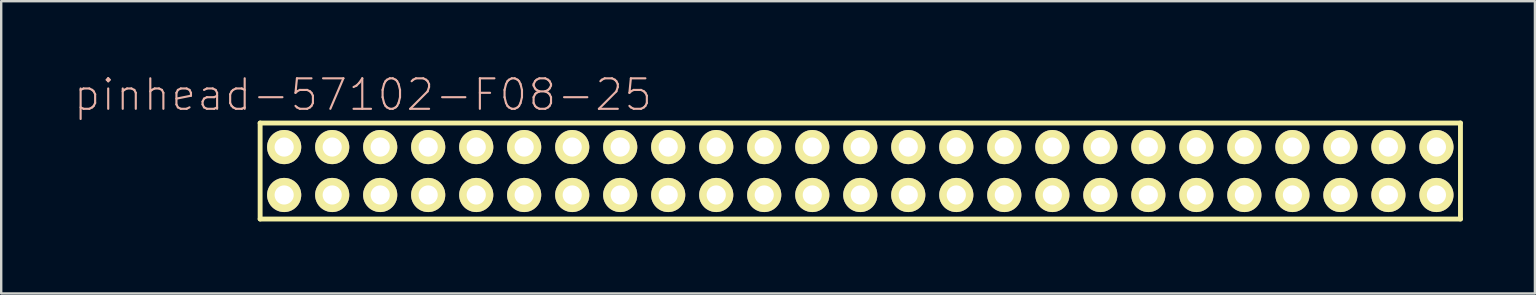
<source format=kicad_pcb>
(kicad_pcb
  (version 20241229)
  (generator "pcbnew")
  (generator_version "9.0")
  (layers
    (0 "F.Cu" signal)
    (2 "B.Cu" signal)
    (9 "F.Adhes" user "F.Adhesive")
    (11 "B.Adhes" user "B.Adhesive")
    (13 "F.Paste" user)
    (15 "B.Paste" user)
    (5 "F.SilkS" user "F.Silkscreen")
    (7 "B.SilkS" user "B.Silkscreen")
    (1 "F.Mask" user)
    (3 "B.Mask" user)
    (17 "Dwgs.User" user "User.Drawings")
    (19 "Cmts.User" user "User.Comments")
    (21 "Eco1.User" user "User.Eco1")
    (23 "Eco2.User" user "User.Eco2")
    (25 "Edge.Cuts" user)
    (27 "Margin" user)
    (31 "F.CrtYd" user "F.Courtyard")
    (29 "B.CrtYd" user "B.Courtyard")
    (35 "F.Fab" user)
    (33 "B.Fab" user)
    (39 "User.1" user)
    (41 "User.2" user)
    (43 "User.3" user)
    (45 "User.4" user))
  (footprint "pinhead-57102-F08-25"
    (layer "F.Cu")
    (at 17.786 4.074)
    (property "Reference" "pinhead-57102-F08-25" (at -5.715 -3.175 0) (layer "B.SilkS") (effects (font (size 1.27 1.27) (thickness 0.089))))
    (attr exclude_from_pos_files exclude_from_bom)
    (fp_line (start -10 -1.999) (end 40 -1.999) (stroke (width 0.203) (type solid)) (layer "F.SilkS"))
    (fp_line (start -10 1.999) (end -10 -1.999) (stroke (width 0.203) (type solid)) (layer "F.SilkS"))
    (fp_line (start 40 -1.999) (end 40 1.999) (stroke (width 0.203) (type solid)) (layer "F.SilkS"))
    (fp_line (start 40 1.999) (end -10 1.999) (stroke (width 0.203) (type solid)) (layer "F.SilkS"))
    (pad "1" thru_hole circle (at -8.999 0.998) (size 1.422 1.422) (drill 0.798) (layers "*.Cu" "F.Mask" "F.SilkS" "F.Paste"))
    (pad "2" thru_hole circle (at -8.999 -0.998) (size 1.422 1.422) (drill 0.798) (layers "*.Cu" "F.Mask" "F.SilkS" "F.Paste"))
    (pad "3" thru_hole circle (at -6.998 0.998) (size 1.422 1.422) (drill 0.798) (layers "*.Cu" "F.Mask" "F.SilkS" "F.Paste"))
    (pad "4" thru_hole circle (at -6.998 -0.998) (size 1.422 1.422) (drill 0.798) (layers "*.Cu" "F.Mask" "F.SilkS" "F.Paste"))
    (pad "5" thru_hole circle (at -4.999 0.998) (size 1.422 1.422) (drill 0.798) (layers "*.Cu" "F.Mask" "F.SilkS" "F.Paste"))
    (pad "6" thru_hole circle (at -4.999 -0.998) (size 1.422 1.422) (drill 0.798) (layers "*.Cu" "F.Mask" "F.SilkS" "F.Paste"))
    (pad "7" thru_hole circle (at -3 0.998) (size 1.422 1.422) (drill 0.798) (layers "*.Cu" "F.Mask" "F.SilkS" "F.Paste"))
    (pad "8" thru_hole circle (at -3 -0.998) (size 1.422 1.422) (drill 0.798) (layers "*.Cu" "F.Mask" "F.SilkS" "F.Paste"))
    (pad "9" thru_hole circle (at -0.998 0.998) (size 1.422 1.422) (drill 0.798) (layers "*.Cu" "F.Mask" "F.SilkS" "F.Paste"))
    (pad "10" thru_hole circle (at -0.998 -0.998) (size 1.422 1.422) (drill 0.798) (layers "*.Cu" "F.Mask" "F.SilkS" "F.Paste"))
    (pad "11" thru_hole circle (at 0.998 0.998) (size 1.422 1.422) (drill 0.798) (layers "*.Cu" "F.Mask" "F.SilkS" "F.Paste"))
    (pad "12" thru_hole circle (at 0.998 -0.998) (size 1.422 1.422) (drill 0.798) (layers "*.Cu" "F.Mask" "F.SilkS" "F.Paste"))
    (pad "13" thru_hole circle (at 3 0.998) (size 1.422 1.422) (drill 0.798) (layers "*.Cu" "F.Mask" "F.SilkS" "F.Paste"))
    (pad "14" thru_hole circle (at 3 -0.998) (size 1.422 1.422) (drill 0.798) (layers "*.Cu" "F.Mask" "F.SilkS" "F.Paste"))
    (pad "15" thru_hole circle (at 4.999 0.998) (size 1.422 1.422) (drill 0.798) (layers "*.Cu" "F.Mask" "F.SilkS" "F.Paste"))
    (pad "16" thru_hole circle (at 4.999 -0.998) (size 1.422 1.422) (drill 0.798) (layers "*.Cu" "F.Mask" "F.SilkS" "F.Paste"))
    (pad "17" thru_hole circle (at 6.998 0.998) (size 1.422 1.422) (drill 0.798) (layers "*.Cu" "F.Mask" "F.SilkS" "F.Paste"))
    (pad "18" thru_hole circle (at 6.998 -0.998) (size 1.422 1.422) (drill 0.798) (layers "*.Cu" "F.Mask" "F.SilkS" "F.Paste"))
    (pad "19" thru_hole circle (at 8.999 0.998) (size 1.422 1.422) (drill 0.798) (layers "*.Cu" "F.Mask" "F.SilkS" "F.Paste"))
    (pad "20" thru_hole circle (at 8.999 -0.998) (size 1.422 1.422) (drill 0.798) (layers "*.Cu" "F.Mask" "F.SilkS" "F.Paste"))
    (pad "21" thru_hole circle (at 10.998 0.998) (size 1.422 1.422) (drill 0.798) (layers "*.Cu" "F.Mask" "F.SilkS" "F.Paste"))
    (pad "22" thru_hole circle (at 10.998 -0.998) (size 1.422 1.422) (drill 0.798) (layers "*.Cu" "F.Mask" "F.SilkS" "F.Paste"))
    (pad "23" thru_hole circle (at 13 0.998) (size 1.422 1.422) (drill 0.798) (layers "*.Cu" "F.Mask" "F.SilkS" "F.Paste"))
    (pad "24" thru_hole circle (at 13 -0.998) (size 1.422 1.422) (drill 0.798) (layers "*.Cu" "F.Mask" "F.SilkS" "F.Paste"))
    (pad "25" thru_hole circle (at 14.999 0.998) (size 1.422 1.422) (drill 0.798) (layers "*.Cu" "F.Mask" "F.SilkS" "F.Paste"))
    (pad "26" thru_hole circle (at 14.999 -0.998) (size 1.422 1.422) (drill 0.798) (layers "*.Cu" "F.Mask" "F.SilkS" "F.Paste"))
    (pad "27" thru_hole circle (at 16.998 0.998) (size 1.422 1.422) (drill 0.798) (layers "*.Cu" "F.Mask" "F.SilkS" "F.Paste"))
    (pad "28" thru_hole circle (at 16.998 -0.998) (size 1.422 1.422) (drill 0.798) (layers "*.Cu" "F.Mask" "F.SilkS" "F.Paste"))
    (pad "29" thru_hole circle (at 18.999 0.998) (size 1.422 1.422) (drill 0.798) (layers "*.Cu" "F.Mask" "F.SilkS" "F.Paste"))
    (pad "30" thru_hole circle (at 18.999 -0.998) (size 1.422 1.422) (drill 0.798) (layers "*.Cu" "F.Mask" "F.SilkS" "F.Paste"))
    (pad "31" thru_hole circle (at 20.998 0.998) (size 1.422 1.422) (drill 0.798) (layers "*.Cu" "F.Mask" "F.SilkS" "F.Paste"))
    (pad "32" thru_hole circle (at 20.998 -0.998) (size 1.422 1.422) (drill 0.798) (layers "*.Cu" "F.Mask" "F.SilkS" "F.Paste"))
    (pad "33" thru_hole circle (at 23 0.998) (size 1.422 1.422) (drill 0.798) (layers "*.Cu" "F.Mask" "F.SilkS" "F.Paste"))
    (pad "34" thru_hole circle (at 23 -0.998) (size 1.422 1.422) (drill 0.798) (layers "*.Cu" "F.Mask" "F.SilkS" "F.Paste"))
    (pad "35" thru_hole circle (at 24.999 0.998) (size 1.422 1.422) (drill 0.798) (layers "*.Cu" "F.Mask" "F.SilkS" "F.Paste"))
    (pad "36" thru_hole circle (at 24.999 -0.998) (size 1.422 1.422) (drill 0.798) (layers "*.Cu" "F.Mask" "F.SilkS" "F.Paste"))
    (pad "37" thru_hole circle (at 26.998 0.998) (size 1.422 1.422) (drill 0.798) (layers "*.Cu" "F.Mask" "F.SilkS" "F.Paste"))
    (pad "38" thru_hole circle (at 26.998 -0.998) (size 1.422 1.422) (drill 0.798) (layers "*.Cu" "F.Mask" "F.SilkS" "F.Paste"))
    (pad "39" thru_hole circle (at 28.999 0.998) (size 1.422 1.422) (drill 0.798) (layers "*.Cu" "F.Mask" "F.SilkS" "F.Paste"))
    (pad "40" thru_hole circle (at 28.999 -0.998) (size 1.422 1.422) (drill 0.798) (layers "*.Cu" "F.Mask" "F.SilkS" "F.Paste"))
    (pad "41" thru_hole circle (at 30.998 0.998) (size 1.422 1.422) (drill 0.798) (layers "*.Cu" "F.Mask" "F.SilkS" "F.Paste"))
    (pad "42" thru_hole circle (at 30.998 -0.998) (size 1.422 1.422) (drill 0.798) (layers "*.Cu" "F.Mask" "F.SilkS" "F.Paste"))
    (pad "43" thru_hole circle (at 33 0.998) (size 1.422 1.422) (drill 0.798) (layers "*.Cu" "F.Mask" "F.SilkS" "F.Paste"))
    (pad "44" thru_hole circle (at 33 -0.998) (size 1.422 1.422) (drill 0.798) (layers "*.Cu" "F.Mask" "F.SilkS" "F.Paste"))
    (pad "45" thru_hole circle (at 34.999 0.998) (size 1.422 1.422) (drill 0.798) (layers "*.Cu" "F.Mask" "F.SilkS" "F.Paste"))
    (pad "46" thru_hole circle (at 34.999 -0.998) (size 1.422 1.422) (drill 0.798) (layers "*.Cu" "F.Mask" "F.SilkS" "F.Paste"))
    (pad "47" thru_hole circle (at 36.998 0.998) (size 1.422 1.422) (drill 0.798) (layers "*.Cu" "F.Mask" "F.SilkS" "F.Paste"))
    (pad "48" thru_hole circle (at 36.998 -0.998) (size 1.422 1.422) (drill 0.798) (layers "*.Cu" "F.Mask" "F.SilkS" "F.Paste"))
    (pad "49" thru_hole circle (at 38.999 0.998) (size 1.422 1.422) (drill 0.798) (layers "*.Cu" "F.Mask" "F.SilkS" "F.Paste"))
    (pad "50" thru_hole circle (at 38.999 -0.998) (size 1.422 1.422) (drill 0.798) (layers "*.Cu" "F.Mask" "F.SilkS" "F.Paste")))
  (gr_rect
    (start -3 -3)
    (end 60.888 9.175)
    (stroke (width 0.1) (type default))
    (fill no)
    (layer "Edge.Cuts")))
</source>
